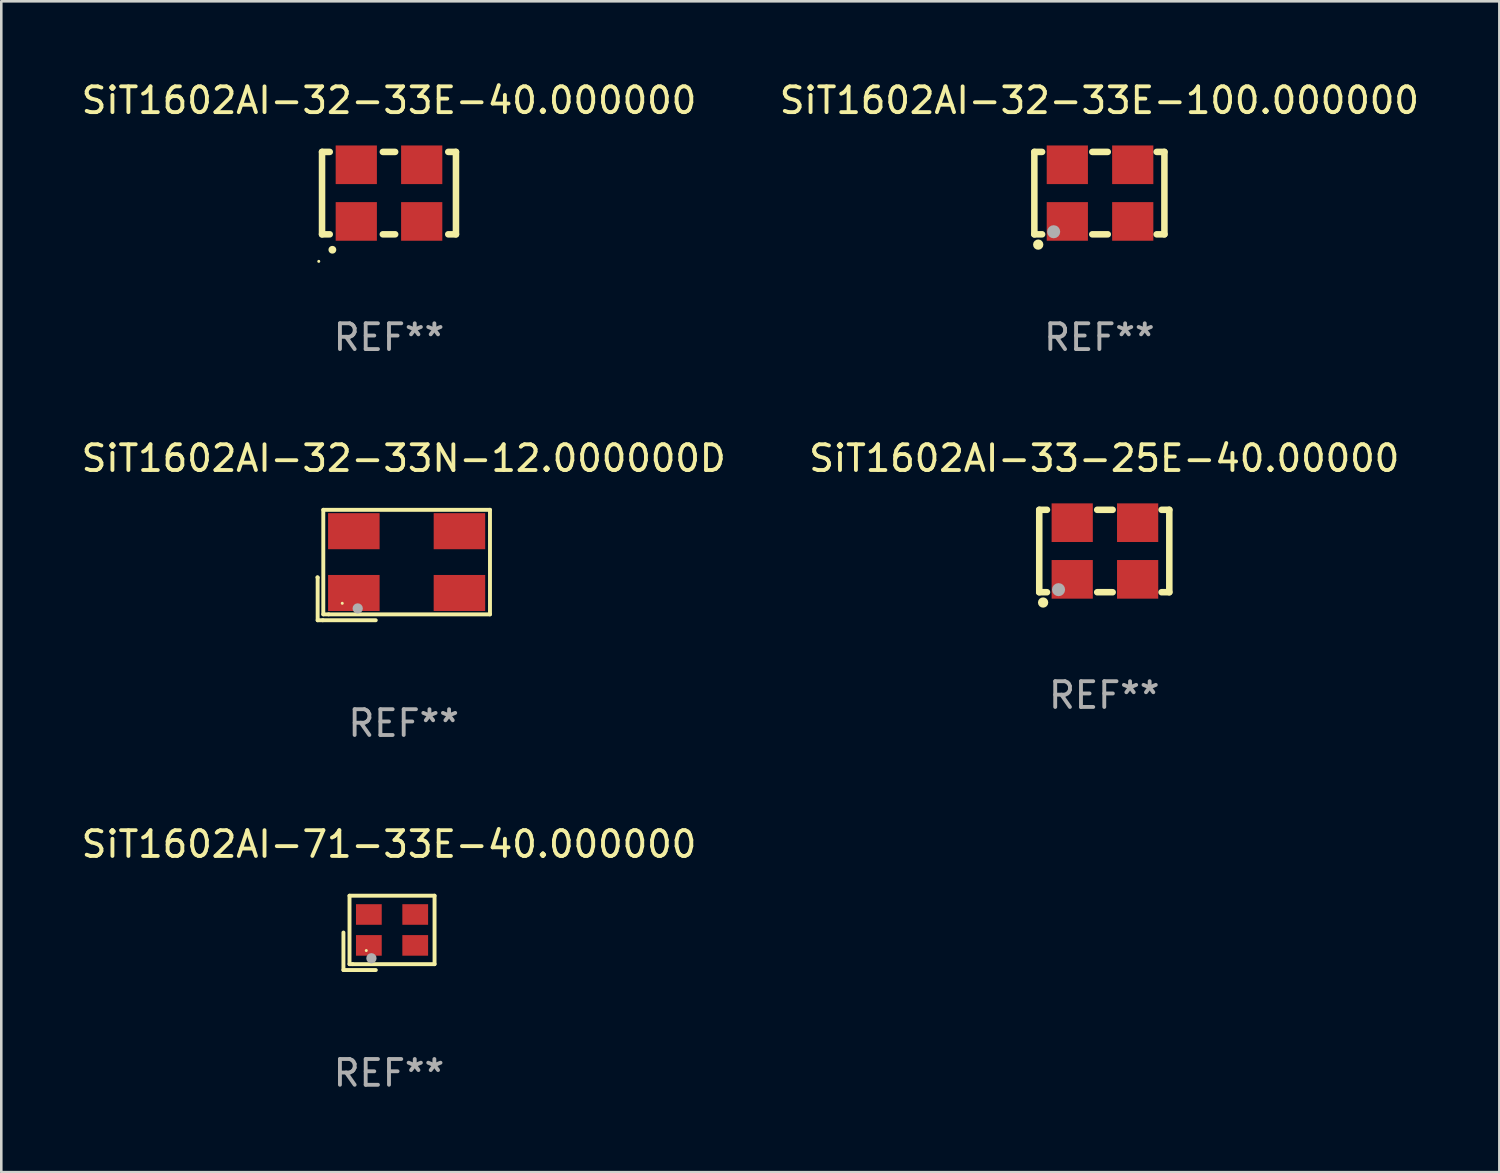
<source format=kicad_pcb>
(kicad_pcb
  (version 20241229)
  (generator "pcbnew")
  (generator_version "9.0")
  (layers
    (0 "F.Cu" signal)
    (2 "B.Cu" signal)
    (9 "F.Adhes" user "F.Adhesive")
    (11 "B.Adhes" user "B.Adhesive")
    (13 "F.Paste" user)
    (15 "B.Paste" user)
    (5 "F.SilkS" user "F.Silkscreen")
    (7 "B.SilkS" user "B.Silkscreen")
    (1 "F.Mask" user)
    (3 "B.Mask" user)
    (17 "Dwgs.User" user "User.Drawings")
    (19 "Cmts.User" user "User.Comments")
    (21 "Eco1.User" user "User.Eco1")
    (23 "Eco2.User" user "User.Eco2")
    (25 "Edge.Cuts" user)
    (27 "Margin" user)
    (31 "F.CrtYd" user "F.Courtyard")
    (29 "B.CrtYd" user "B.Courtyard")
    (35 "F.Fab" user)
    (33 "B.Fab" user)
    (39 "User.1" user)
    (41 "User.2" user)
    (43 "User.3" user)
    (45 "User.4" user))
  (footprint "SiT1602AI-32-33E-40.000000"
    (layer "F.Cu")
    (at 12.054 4.448)
    (property "Reference" "SiT1602AI-32-33E-40.000000" (at 0 -3.6 0) (layer "F.SilkS") (effects (font (size 1 1) (thickness 0.15))))
    (attr through_hole)
    (fp_line (start -2.6 -1.6) (end -2.301 -1.6) (stroke (width 0.254) (type solid)) (layer "F.SilkS"))
    (fp_line (start -2.6 1.6) (end -2.6 -1.6) (stroke (width 0.254) (type solid)) (layer "F.SilkS"))
    (fp_line (start -2.301 1.6) (end -2.6 1.6) (stroke (width 0.254) (type solid)) (layer "F.SilkS"))
    (fp_line (start -0.239 -1.6) (end 0.239 -1.6) (stroke (width 0.254) (type solid)) (layer "F.SilkS"))
    (fp_line (start 0.239 1.6) (end -0.239 1.6) (stroke (width 0.254) (type solid)) (layer "F.SilkS"))
    (fp_line (start 2.301 -1.6) (end 2.6 -1.6) (stroke (width 0.254) (type solid)) (layer "F.SilkS"))
    (fp_line (start 2.6 -1.6) (end 2.6 1.6) (stroke (width 0.254) (type solid)) (layer "F.SilkS"))
    (fp_line (start 2.6 1.6) (end 2.301 1.6) (stroke (width 0.254) (type solid)) (layer "F.SilkS"))
    (fp_arc (start -2.2 2.2) (mid -2.19873 2.199995) (end -2.19746 2.2) (stroke (width 0.3) (type solid)) (layer "F.SilkS"))
    (fp_circle (center -2.727 2.65) (end -2.697 2.65) (stroke (width 0.06) (type solid)) (fill no) (layer "F.SilkS"))
    (fp_text user "REF**" (at 0 5.6 0) (layer "F.Fab") (effects (font (size 1 1) (thickness 0.15))))
    (pad "1" smd rect (at -1.27 1.1) (size 1.6 1.5) (layers "F.Cu" "F.Mask" "F.Paste"))
    (pad "2" smd rect (at 1.27 1.1) (size 1.6 1.5) (layers "F.Cu" "F.Mask" "F.Paste"))
    (pad "3" smd rect (at 1.27 -1.1) (size 1.6 1.5) (layers "F.Cu" "F.Mask" "F.Paste"))
    (pad "4" smd rect (at -1.27 -1.1) (size 1.6 1.5) (layers "F.Cu" "F.Mask" "F.Paste")))
  (footprint "SiT1602AI-71-33E-40.000000"
    (layer "F.Cu")
    (at 12.054 33.172)
    (property "Reference" "SiT1602AI-71-33E-40.000000" (at 0 -3.443 0) (layer "F.SilkS") (effects (font (size 1 1) (thickness 0.15))))
    (attr through_hole)
    (fp_line (start -1.769 -0.014) (end -1.769 1.443) (stroke (width 0.152) (type solid)) (layer "F.SilkS"))
    (fp_line (start -1.769 1.443) (end -0.512 1.443) (stroke (width 0.152) (type solid)) (layer "F.SilkS"))
    (fp_line (start -1.533 -1.443) (end 1.769 -1.443) (stroke (width 0.152) (type solid)) (layer "F.SilkS"))
    (fp_line (start -1.533 1.214) (end -1.533 -1.443) (stroke (width 0.152) (type solid)) (layer "F.SilkS"))
    (fp_line (start -1.411 1.214) (end -1.533 1.214) (stroke (width 0.152) (type solid)) (layer "F.SilkS"))
    (fp_line (start 1.769 -1.443) (end 1.769 1.214) (stroke (width 0.152) (type solid)) (layer "F.SilkS"))
    (fp_line (start 1.769 1.214) (end -1.411 1.214) (stroke (width 0.152) (type solid)) (layer "F.SilkS"))
    (fp_circle (center -0.882 0.686) (end -0.852 0.686) (stroke (width 0.06) (type solid)) (fill no) (layer "F.SilkS"))
    (fp_circle (center -0.682 0.986) (end -0.582 0.986) (stroke (width 0.2) (type solid)) (fill no) (layer "F.Fab"))
    (fp_text user "REF**" (at 0 5.443 0) (layer "F.Fab") (effects (font (size 1 1) (thickness 0.15))))
    (pad "1" smd rect (at -0.782 0.486 90) (size 0.8 1) (layers "F.Cu" "F.Mask" "F.Paste"))
    (pad "2" smd rect (at 1.018 0.486 90) (size 0.8 1) (layers "F.Cu" "F.Mask" "F.Paste"))
    (pad "3" smd rect (at 1.018 -0.714 90) (size 0.8 1) (layers "F.Cu" "F.Mask" "F.Paste"))
    (pad "4" smd rect (at -0.782 -0.714 90) (size 0.8 1) (layers "F.Cu" "F.Mask" "F.Paste")))
  (footprint "SiT1602AI-32-33E-100.000000"
    (layer "F.Cu")
    (at 39.637 4.448)
    (property "Reference" "SiT1602AI-32-33E-100.000000" (at 0 -3.6 0) (layer "F.SilkS") (effects (font (size 1 1) (thickness 0.15))))
    (attr through_hole)
    (fp_line (start -2.525 -1.6) (end -2.225 -1.6) (stroke (width 0.254) (type solid)) (layer "F.SilkS"))
    (fp_line (start -2.525 1.6) (end -2.525 -1.6) (stroke (width 0.254) (type solid)) (layer "F.SilkS"))
    (fp_line (start -2.225 1.6) (end -2.525 1.6) (stroke (width 0.254) (type solid)) (layer "F.SilkS"))
    (fp_line (start -0.275 -1.6) (end 0.325 -1.6) (stroke (width 0.254) (type solid)) (layer "F.SilkS"))
    (fp_line (start -0.275 1.6) (end 0.325 1.6) (stroke (width 0.254) (type solid)) (layer "F.SilkS"))
    (fp_line (start 2.225 -1.6) (end 2.525 -1.6) (stroke (width 0.254) (type solid)) (layer "F.SilkS"))
    (fp_line (start 2.525 -1.6) (end 2.525 1.6) (stroke (width 0.254) (type solid)) (layer "F.SilkS"))
    (fp_line (start 2.525 1.6) (end 2.225 1.6) (stroke (width 0.254) (type solid)) (layer "F.SilkS"))
    (fp_circle (center -2.475 1.65) (end -2.445 1.65) (stroke (width 0.06) (type solid)) (fill no) (layer "F.SilkS"))
    (fp_circle (center -2.375 2) (end -2.275 2) (stroke (width 0.2) (type solid)) (fill no) (layer "F.SilkS"))
    (fp_circle (center -1.775 1.5) (end -1.648 1.5) (stroke (width 0.254) (type solid)) (fill no) (layer "F.Fab"))
    (fp_text user "REF**" (at 0 5.6 0) (layer "F.Fab") (effects (font (size 1 1) (thickness 0.15))))
    (pad "1" smd rect (at -1.245 1.1) (size 1.6 1.5) (layers "F.Cu" "F.Mask" "F.Paste"))
    (pad "2" smd rect (at 1.295 1.1) (size 1.6 1.5) (layers "F.Cu" "F.Mask" "F.Paste"))
    (pad "3" smd rect (at 1.295 -1.1 180) (size 1.6 1.5) (layers "F.Cu" "F.Mask" "F.Paste"))
    (pad "4" smd rect (at -1.245 -1.1) (size 1.6 1.5) (layers "F.Cu" "F.Mask" "F.Paste")))
  (footprint "SiT1602AI-32-33N-12.000000D"
    (layer "F.Cu")
    (at 12.625 18.889)
    (property "Reference" "SiT1602AI-32-33N-12.000000D" (at 0 -4.144 0) (layer "F.SilkS") (effects (font (size 1 1) (thickness 0.15))))
    (attr through_hole)
    (fp_line (start -3.35 0.476) (end -3.341 0.485) (stroke (width 0.152) (type solid)) (layer "F.SilkS"))
    (fp_line (start -3.341 0.485) (end -3.341 2.144) (stroke (width 0.152) (type solid)) (layer "F.SilkS"))
    (fp_line (start -3.341 2.144) (end -3.143 2.144) (stroke (width 0.152) (type solid)) (layer "F.SilkS"))
    (fp_line (start -3.143 2.144) (end -1.085 2.144) (stroke (width 0.152) (type solid)) (layer "F.SilkS"))
    (fp_line (start -3.122 -2.144) (end 3.35 -2.144) (stroke (width 0.152) (type solid)) (layer "F.SilkS"))
    (fp_line (start -3.122 1.915) (end -3.122 -2.144) (stroke (width 0.152) (type solid)) (layer "F.SilkS"))
    (fp_line (start -2.914 1.915) (end -3.122 1.915) (stroke (width 0.152) (type solid)) (layer "F.SilkS"))
    (fp_line (start 3.35 -2.144) (end 3.35 1.915) (stroke (width 0.152) (type solid)) (layer "F.SilkS"))
    (fp_line (start 3.35 1.915) (end -2.914 1.915) (stroke (width 0.152) (type solid)) (layer "F.SilkS"))
    (fp_circle (center -2.386 1.486) (end -2.356 1.486) (stroke (width 0.06) (type solid)) (fill no) (layer "F.SilkS"))
    (fp_circle (center -1.786 1.686) (end -1.686 1.686) (stroke (width 0.2) (type solid)) (fill no) (layer "F.Fab"))
    (fp_text user "REF**" (at 0 6.144 0) (layer "F.Fab") (effects (font (size 1 1) (thickness 0.15))))
    (pad "1" smd rect (at -1.936 1.086) (size 2 1.4) (layers "F.Cu" "F.Mask" "F.Paste"))
    (pad "2" smd rect (at 2.164 1.086) (size 2 1.4) (layers "F.Cu" "F.Mask" "F.Paste"))
    (pad "3" smd rect (at 2.164 -1.314) (size 2 1.4) (layers "F.Cu" "F.Mask" "F.Paste"))
    (pad "4" smd rect (at -1.936 -1.314) (size 2 1.4) (layers "F.Cu" "F.Mask" "F.Paste")))
  (footprint "SiT1602AI-33-25E-40.00000"
    (layer "F.Cu")
    (at 39.827 18.345)
    (property "Reference" "SiT1602AI-33-25E-40.00000" (at 0 -3.6 0) (layer "F.SilkS") (effects (font (size 1 1) (thickness 0.15))))
    (attr through_hole)
    (fp_line (start -2.525 -1.6) (end -2.225 -1.6) (stroke (width 0.254) (type solid)) (layer "F.SilkS"))
    (fp_line (start -2.525 1.6) (end -2.525 -1.6) (stroke (width 0.254) (type solid)) (layer "F.SilkS"))
    (fp_line (start -2.225 1.6) (end -2.525 1.6) (stroke (width 0.254) (type solid)) (layer "F.SilkS"))
    (fp_line (start -0.275 -1.6) (end 0.325 -1.6) (stroke (width 0.254) (type solid)) (layer "F.SilkS"))
    (fp_line (start -0.275 1.6) (end 0.325 1.6) (stroke (width 0.254) (type solid)) (layer "F.SilkS"))
    (fp_line (start 2.225 -1.6) (end 2.525 -1.6) (stroke (width 0.254) (type solid)) (layer "F.SilkS"))
    (fp_line (start 2.525 -1.6) (end 2.525 1.6) (stroke (width 0.254) (type solid)) (layer "F.SilkS"))
    (fp_line (start 2.525 1.6) (end 2.225 1.6) (stroke (width 0.254) (type solid)) (layer "F.SilkS"))
    (fp_circle (center -2.475 1.65) (end -2.445 1.65) (stroke (width 0.06) (type solid)) (fill no) (layer "F.SilkS"))
    (fp_circle (center -2.375 2) (end -2.275 2) (stroke (width 0.2) (type solid)) (fill no) (layer "F.SilkS"))
    (fp_circle (center -1.775 1.5) (end -1.648 1.5) (stroke (width 0.254) (type solid)) (fill no) (layer "F.Fab"))
    (fp_text user "REF**" (at 0 5.6 0) (layer "F.Fab") (effects (font (size 1 1) (thickness 0.15))))
    (pad "1" smd rect (at -1.245 1.1) (size 1.6 1.5) (layers "F.Cu" "F.Mask" "F.Paste"))
    (pad "2" smd rect (at 1.295 1.1) (size 1.6 1.5) (layers "F.Cu" "F.Mask" "F.Paste"))
    (pad "3" smd rect (at 1.295 -1.1 180) (size 1.6 1.5) (layers "F.Cu" "F.Mask" "F.Paste"))
    (pad "4" smd rect (at -1.245 -1.1) (size 1.6 1.5) (layers "F.Cu" "F.Mask" "F.Paste")))
  (gr_rect
    (start -3 -3)
    (end 55.167 42.463)
    (stroke (width 0.1) (type default))
    (fill no)
    (layer "Edge.Cuts")))
</source>
